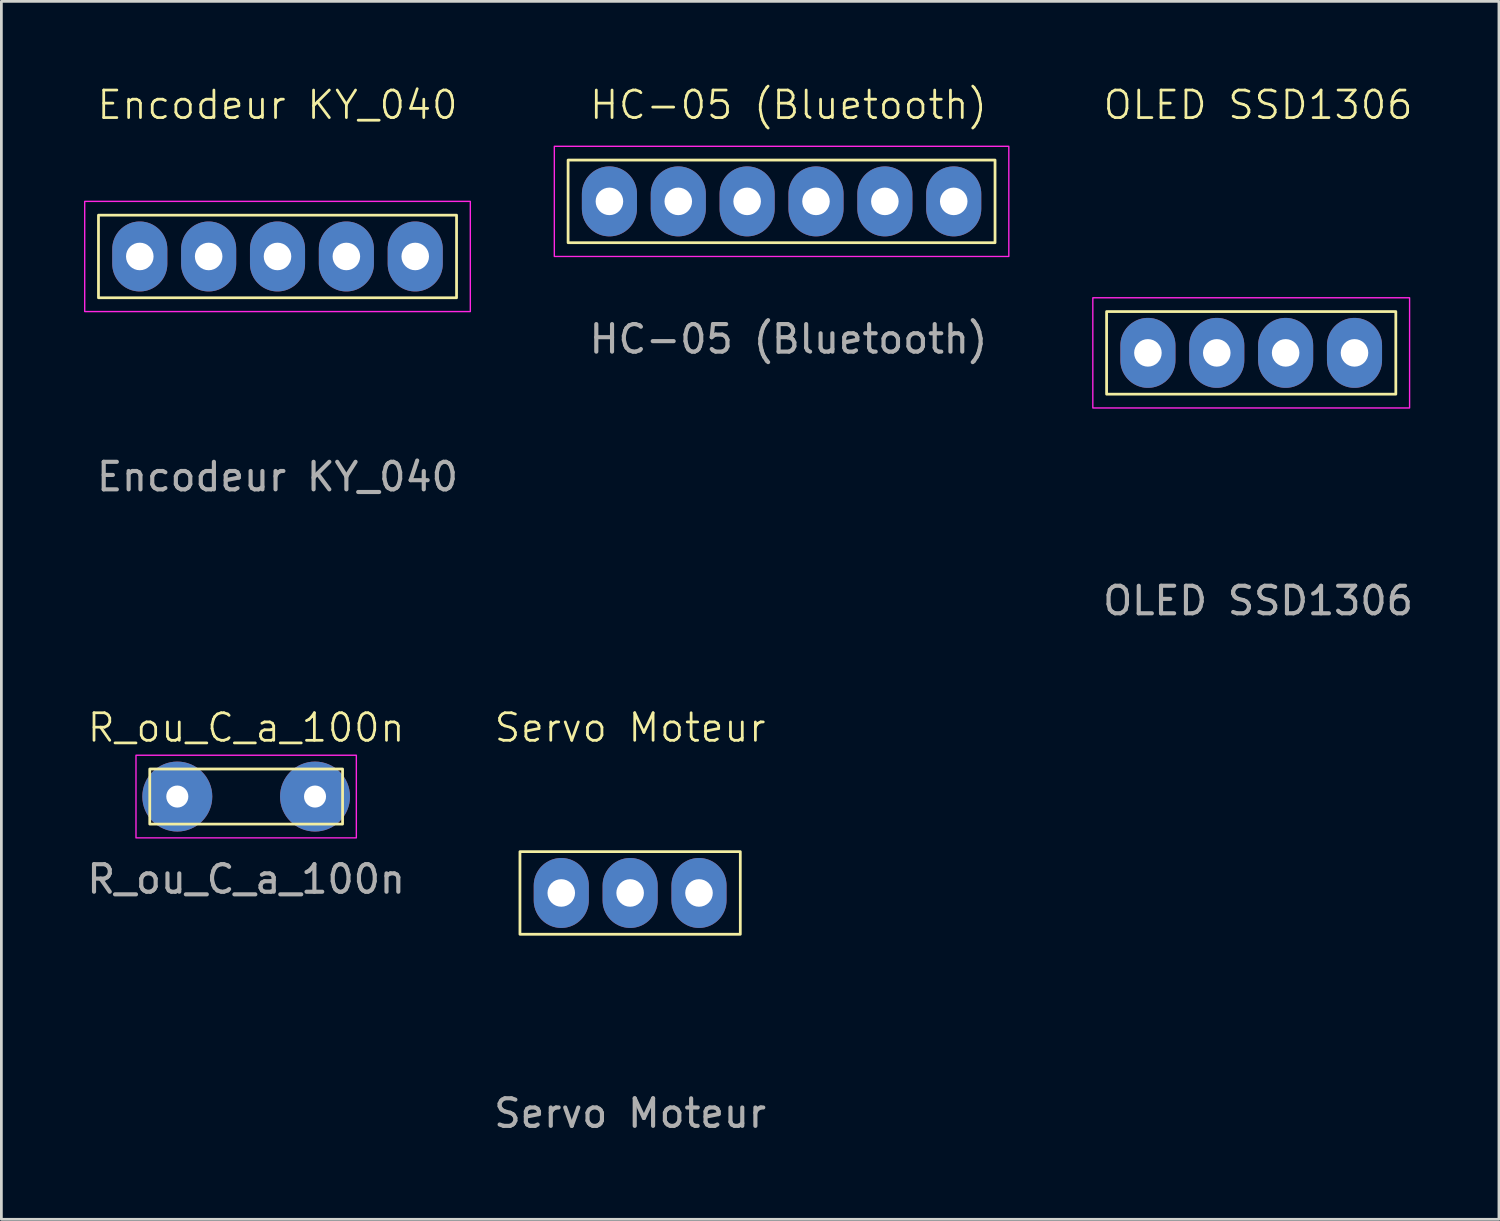
<source format=kicad_pcb>
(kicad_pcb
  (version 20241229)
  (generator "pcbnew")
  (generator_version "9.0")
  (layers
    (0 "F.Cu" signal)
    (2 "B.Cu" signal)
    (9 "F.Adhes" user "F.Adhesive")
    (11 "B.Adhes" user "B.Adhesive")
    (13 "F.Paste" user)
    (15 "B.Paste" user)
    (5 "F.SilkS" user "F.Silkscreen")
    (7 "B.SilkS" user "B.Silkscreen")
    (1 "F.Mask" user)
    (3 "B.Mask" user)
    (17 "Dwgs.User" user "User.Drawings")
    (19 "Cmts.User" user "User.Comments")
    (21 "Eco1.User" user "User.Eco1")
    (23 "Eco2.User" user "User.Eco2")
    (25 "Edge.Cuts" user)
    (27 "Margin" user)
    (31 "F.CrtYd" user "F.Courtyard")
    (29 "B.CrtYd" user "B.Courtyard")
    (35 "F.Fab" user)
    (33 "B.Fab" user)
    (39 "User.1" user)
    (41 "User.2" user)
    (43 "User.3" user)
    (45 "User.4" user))
  (footprint "R_ou_C_a_100n"
    (layer "F.Cu")
    (at 5.887 25.869)
    (property "Reference" "R_ou_C_a_100n" (at 0 -2.5 0) (unlocked yes) (layer "F.SilkS") (effects (font (size 1 1) (thickness 0.1))))
    (attr through_hole)
    (fp_rect (start -3.5 -1) (end 3.5 1) (stroke (width 0.1) (type default)) (fill no) (layer "F.SilkS"))
    (fp_rect (start -4 -1.5) (end 4 1.5) (stroke (width 0.05) (type default)) (fill no) (layer "F.CrtYd"))
    (fp_text user "${REFERENCE}" (at 0 3 0) (unlocked yes) (layer "F.Fab") (effects (font (size 1 1) (thickness 0.15))))
    (pad "1" thru_hole circle (at -2.5 0 90) (size 2.54 2.54) (drill 0.8) (layers "*.Cu" "*.Mask"))
    (pad "2" thru_hole circle (at 2.5 0 90) (size 2.54 2.54) (drill 0.8) (layers "*.Cu" "*.Mask")))
  (footprint "Encodeur KY_040"
    (layer "F.Cu")
    (at 7.025 6.261)
    (property "Reference" "Encodeur KY_040" (at 0 -5.5 0) (unlocked yes) (layer "F.SilkS") (effects (font (size 1 1) (thickness 0.1))))
    (attr through_hole)
    (fp_rect (start -6.5 -1.5) (end 6.5 1.5) (stroke (width 0.1) (type default)) (fill no) (layer "F.SilkS"))
    (fp_rect (start -7 -2) (end 7 2) (stroke (width 0.05) (type default)) (fill no) (layer "F.CrtYd"))
    (fp_text user "${REFERENCE}" (at 0 8 0) (unlocked yes) (layer "F.Fab") (effects (font (size 1 1) (thickness 0.15))))
    (pad "1" thru_hole oval (at -5 0) (size 2 2.54) (drill 1) (layers "*.Cu" "*.Mask"))
    (pad "2" thru_hole oval (at -2.5 0) (size 2 2.54) (drill 1) (layers "*.Cu" "*.Mask"))
    (pad "3" thru_hole oval (at 0 0) (size 2 2.54) (drill 1) (layers "*.Cu" "*.Mask"))
    (pad "4" thru_hole oval (at 2.5 0) (size 2 2.54) (drill 1) (layers "*.Cu" "*.Mask"))
    (pad "5" thru_hole oval (at 5 0) (size 2 2.54) (drill 1) (layers "*.Cu" "*.Mask")))
  (footprint "Servo Moteur"
    (layer "F.Cu")
    (at 19.827 29.369)
    (property "Reference" "Servo Moteur" (at 0 -6 0) (unlocked yes) (layer "F.SilkS") (effects (font (size 1 1) (thickness 0.1))))
    (attr through_hole)
    (fp_rect (start -4 -1.5) (end 4 1.5) (stroke (width 0.1) (type default)) (fill no) (layer "F.SilkS"))
    (fp_text user "${REFERENCE}" (at 0 8 0) (unlocked yes) (layer "F.Fab") (effects (font (size 1 1) (thickness 0.15))))
    (pad "1" thru_hole oval (at -2.5 0) (size 2 2.54) (drill 1) (layers "*.Cu" "*.Mask"))
    (pad "2" thru_hole oval (at 0 0) (size 2 2.54) (drill 1) (layers "*.Cu" "*.Mask"))
    (pad "3" thru_hole oval (at 2.5 0) (size 2 2.54) (drill 1) (layers "*.Cu" "*.Mask")))
  (footprint "OLED SSD1306"
    (layer "F.Cu")
    (at 42.625 9.761)
    (property "Reference" "OLED SSD1306" (at 0 -9 0) (unlocked yes) (layer "F.SilkS") (effects (font (size 1 1) (thickness 0.1))))
    (attr through_hole)
    (fp_rect (start -5.5 -1.5) (end 5 1.5) (stroke (width 0.1) (type default)) (fill no) (layer "F.SilkS"))
    (fp_rect (start -6 -2) (end 5.5 2) (stroke (width 0.05) (type default)) (fill no) (layer "F.CrtYd"))
    (fp_text user "${REFERENCE}" (at 0 9 0) (unlocked yes) (layer "F.Fab") (effects (font (size 1 1) (thickness 0.15))))
    (pad "1" thru_hole oval (at -4 0 270) (size 2.54 2) (drill 1) (layers "*.Cu" "*.Mask"))
    (pad "2" thru_hole oval (at -1.5 0 90) (size 2.54 2) (drill 1) (layers "*.Cu" "*.Mask"))
    (pad "3" thru_hole oval (at 1 0 90) (size 2.54 2) (drill 1) (layers "*.Cu" "*.Mask"))
    (pad "4" thru_hole oval (at 3.5 0) (size 2 2.54) (drill 1) (layers "*.Cu" "*.Mask")))
  (footprint "HC-05 (Bluetooth)"
    (layer "F.Cu")
    (at 25.075 4.261)
    (property "Reference" "HC-05 (Bluetooth)" (at 0.5 -3.5 0) (unlocked yes) (layer "F.SilkS") (effects (font (size 1 1) (thickness 0.1))))
    (attr through_hole)
    (fp_rect (start -7.5 -1.5) (end 8 1.5) (stroke (width 0.1) (type default)) (fill no) (layer "F.SilkS"))
    (fp_rect (start -8 -2) (end 8.5 2) (stroke (width 0.05) (type default)) (fill no) (layer "F.CrtYd"))
    (fp_text user "${REFERENCE}" (at 0.5 5 0) (unlocked yes) (layer "F.Fab") (effects (font (size 1 1) (thickness 0.15))))
    (pad "+5V" thru_hole oval (at -3.5 0) (size 2 2.54) (drill 1) (layers "*.Cu" "*.Mask"))
    (pad "GND" thru_hole oval (at -1 0) (size 2 2.54) (drill 1) (layers "*.Cu" "*.Mask"))
    (pad "KEY" thru_hole oval (at -6 0 180) (size 2 2.54) (drill 1) (layers "*.Cu" "*.Mask"))
    (pad "Rx" thru_hole oval (at 4 0) (size 2 2.54) (drill 1) (layers "*.Cu" "*.Mask"))
    (pad "STATE" thru_hole oval (at 6.5 0) (size 2 2.54) (drill 1) (layers "*.Cu" "*.Mask"))
    (pad "Tx" thru_hole oval (at 1.5 0) (size 2 2.54) (drill 1) (layers "*.Cu" "*.Mask")))
  (gr_rect
    (start -3 -3)
    (end 51.369 41.218)
    (stroke (width 0.1) (type default))
    (fill no)
    (layer "Edge.Cuts")))
</source>
